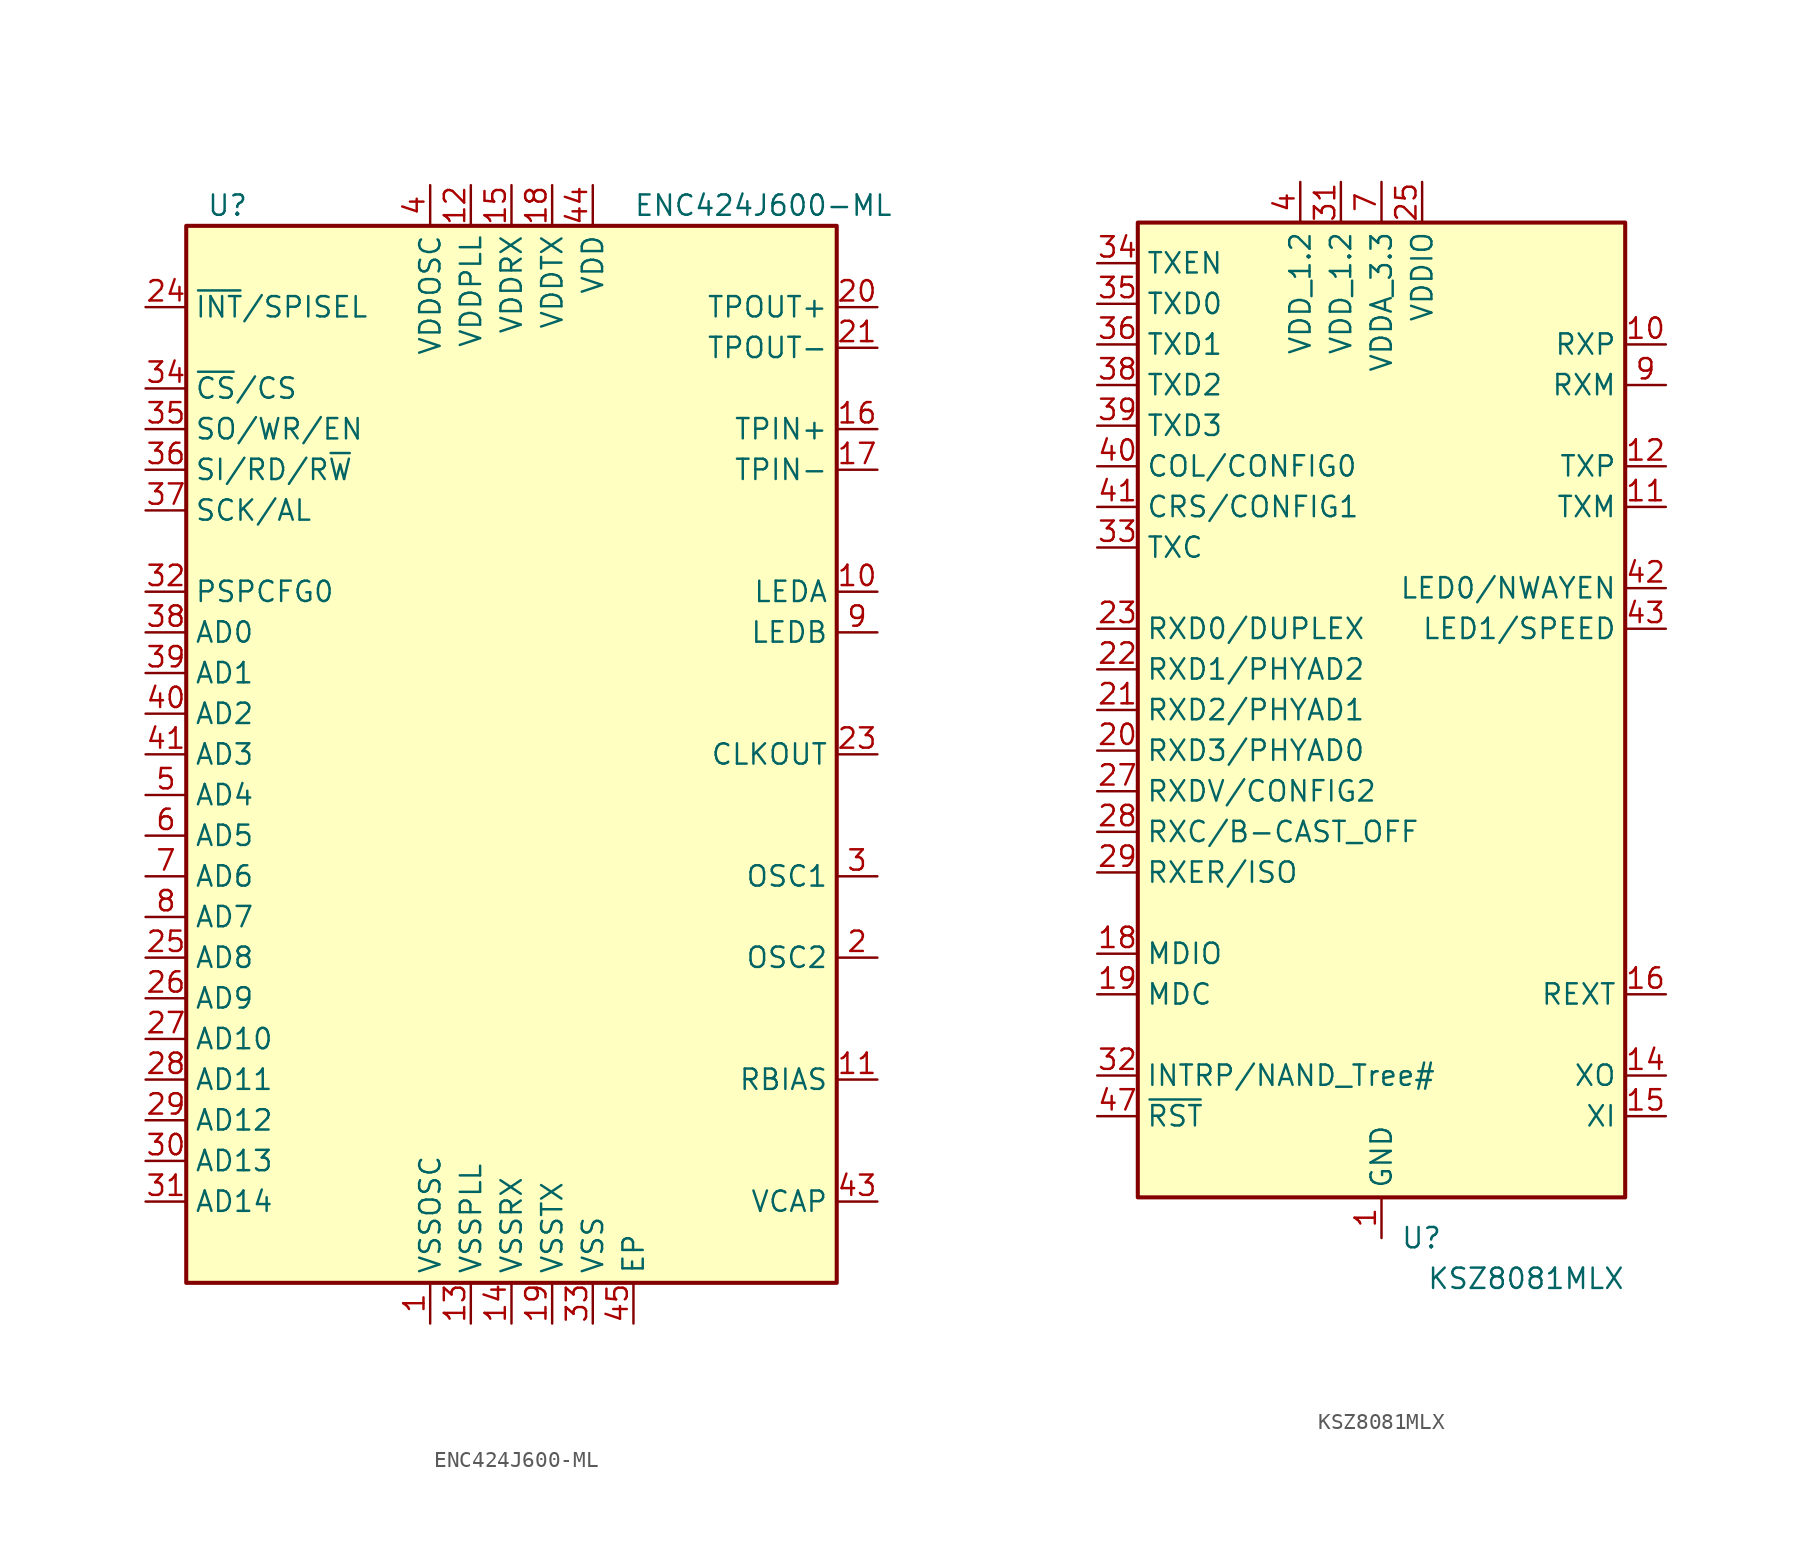
<source format=kicad_sym>
(kicad_symbol_lib
  (version 20220914)
  (generator kicad_symbol_editor)
  (symbol "ENC424J600-ML"
    (property "Reference" "U"
      (at -19.05 34.29 0)
      (effects (font (size 1.27 1.27)) (justify left)))
    (property "Value" "ENC424J600-ML"
      (at 7.62 34.29 0)
      (effects (font (size 1.27 1.27)) (justify left)))
    (symbol "ENC424J600-ML_0_1"
      (rectangle (start -20.32 33.02) (end 20.32 -33.02) (stroke (width 0.254) (type default)) (fill (type background))))
    (symbol "ENC424J600-ML_1_1"
      (pin power_in line (at -5.08 -35.56 90) (length 2.54) (name "VSSOSC" (effects (font (size 1.27 1.27)))) (number "1" (effects (font (size 1.27 1.27)))))
      (pin output line (at 22.86 10.16 180) (length 2.54) (name "LEDA" (effects (font (size 1.27 1.27)))) (number "10" (effects (font (size 1.27 1.27)))))
      (pin input line (at 22.86 -20.32 180) (length 2.54) (name "RBIAS" (effects (font (size 1.27 1.27)))) (number "11" (effects (font (size 1.27 1.27)))))
      (pin power_in line (at -2.54 35.56 270) (length 2.54) (name "VDDPLL" (effects (font (size 1.27 1.27)))) (number "12" (effects (font (size 1.27 1.27)))))
      (pin power_in line (at -2.54 -35.56 90) (length 2.54) (name "VSSPLL" (effects (font (size 1.27 1.27)))) (number "13" (effects (font (size 1.27 1.27)))))
      (pin power_in line (at 0 -35.56 90) (length 2.54) (name "VSSRX" (effects (font (size 1.27 1.27)))) (number "14" (effects (font (size 1.27 1.27)))))
      (pin power_in line (at 0 35.56 270) (length 2.54) (name "VDDRX" (effects (font (size 1.27 1.27)))) (number "15" (effects (font (size 1.27 1.27)))))
      (pin input line (at 22.86 20.32 180) (length 2.54) (name "TPIN+" (effects (font (size 1.27 1.27)))) (number "16" (effects (font (size 1.27 1.27)))))
      (pin input line (at 22.86 17.78 180) (length 2.54) (name "TPIN-" (effects (font (size 1.27 1.27)))) (number "17" (effects (font (size 1.27 1.27)))))
      (pin power_in line (at 2.54 35.56 270) (length 2.54) (name "VDDTX" (effects (font (size 1.27 1.27)))) (number "18" (effects (font (size 1.27 1.27)))))
      (pin power_in line (at 2.54 -35.56 90) (length 2.54) (name "VSSTX" (effects (font (size 1.27 1.27)))) (number "19" (effects (font (size 1.27 1.27)))))
      (pin output line (at 22.86 -12.7 180) (length 2.54) (name "OSC2" (effects (font (size 1.27 1.27)))) (number "2" (effects (font (size 1.27 1.27)))))
      (pin output line (at 22.86 27.94 180) (length 2.54) (name "TPOUT+" (effects (font (size 1.27 1.27)))) (number "20" (effects (font (size 1.27 1.27)))))
      (pin output line (at 22.86 25.4 180) (length 2.54) (name "TPOUT-" (effects (font (size 1.27 1.27)))) (number "21" (effects (font (size 1.27 1.27)))))
      (pin passive line (at 2.54 -35.56 90) (length 2.54) hide (name "VSSTX" (effects (font (size 1.27 1.27)))) (number "22" (effects (font (size 1.27 1.27)))))
      (pin output line (at 22.86 0 180) (length 2.54) (name "CLKOUT" (effects (font (size 1.27 1.27)))) (number "23" (effects (font (size 1.27 1.27)))))
      (pin bidirectional line (at -22.86 27.94 0) (length 2.54) (name "~{INT}/SPISEL" (effects (font (size 1.27 1.27)))) (number "24" (effects (font (size 1.27 1.27)))))
      (pin bidirectional line (at -22.86 -12.7 0) (length 2.54) (name "AD8" (effects (font (size 1.27 1.27)))) (number "25" (effects (font (size 1.27 1.27)))))
      (pin bidirectional line (at -22.86 -15.24 0) (length 2.54) (name "AD9" (effects (font (size 1.27 1.27)))) (number "26" (effects (font (size 1.27 1.27)))))
      (pin bidirectional line (at -22.86 -17.78 0) (length 2.54) (name "AD10" (effects (font (size 1.27 1.27)))) (number "27" (effects (font (size 1.27 1.27)))))
      (pin bidirectional line (at -22.86 -20.32 0) (length 2.54) (name "AD11" (effects (font (size 1.27 1.27)))) (number "28" (effects (font (size 1.27 1.27)))))
      (pin bidirectional line (at -22.86 -22.86 0) (length 2.54) (name "AD12" (effects (font (size 1.27 1.27)))) (number "29" (effects (font (size 1.27 1.27)))))
      (pin input line (at 22.86 -7.62 180) (length 2.54) (name "OSC1" (effects (font (size 1.27 1.27)))) (number "3" (effects (font (size 1.27 1.27)))))
      (pin bidirectional line (at -22.86 -25.4 0) (length 2.54) (name "AD13" (effects (font (size 1.27 1.27)))) (number "30" (effects (font (size 1.27 1.27)))))
      (pin bidirectional line (at -22.86 -27.94 0) (length 2.54) (name "AD14" (effects (font (size 1.27 1.27)))) (number "31" (effects (font (size 1.27 1.27)))))
      (pin input line (at -22.86 10.16 0) (length 2.54) (name "PSPCFG0" (effects (font (size 1.27 1.27)))) (number "32" (effects (font (size 1.27 1.27)))))
      (pin power_in line (at 5.08 -35.56 90) (length 2.54) (name "VSS" (effects (font (size 1.27 1.27)))) (number "33" (effects (font (size 1.27 1.27)))))
      (pin input line (at -22.86 22.86 0) (length 2.54) (name "~{CS}/CS" (effects (font (size 1.27 1.27)))) (number "34" (effects (font (size 1.27 1.27)))))
      (pin bidirectional line (at -22.86 20.32 0) (length 2.54) (name "SO/WR/EN" (effects (font (size 1.27 1.27)))) (number "35" (effects (font (size 1.27 1.27)))))
      (pin input line (at -22.86 17.78 0) (length 2.54) (name "SI/RD/R~{W}" (effects (font (size 1.27 1.27)))) (number "36" (effects (font (size 1.27 1.27)))))
      (pin input line (at -22.86 15.24 0) (length 2.54) (name "SCK/AL" (effects (font (size 1.27 1.27)))) (number "37" (effects (font (size 1.27 1.27)))))
      (pin bidirectional line (at -22.86 7.62 0) (length 2.54) (name "AD0" (effects (font (size 1.27 1.27)))) (number "38" (effects (font (size 1.27 1.27)))))
      (pin input line (at -22.86 5.08 0) (length 2.54) (name "AD1" (effects (font (size 1.27 1.27)))) (number "39" (effects (font (size 1.27 1.27)))))
      (pin power_in line (at -5.08 35.56 270) (length 2.54) (name "VDDOSC" (effects (font (size 1.27 1.27)))) (number "4" (effects (font (size 1.27 1.27)))))
      (pin bidirectional line (at -22.86 2.54 0) (length 2.54) (name "AD2" (effects (font (size 1.27 1.27)))) (number "40" (effects (font (size 1.27 1.27)))))
      (pin bidirectional line (at -22.86 0 0) (length 2.54) (name "AD3" (effects (font (size 1.27 1.27)))) (number "41" (effects (font (size 1.27 1.27)))))
      (pin passive line (at 5.08 -35.56 90) (length 2.54) hide (name "VSS" (effects (font (size 1.27 1.27)))) (number "42" (effects (font (size 1.27 1.27)))))
      (pin input line (at 22.86 -27.94 180) (length 2.54) (name "VCAP" (effects (font (size 1.27 1.27)))) (number "43" (effects (font (size 1.27 1.27)))))
      (pin power_in line (at 5.08 35.56 270) (length 2.54) (name "VDD" (effects (font (size 1.27 1.27)))) (number "44" (effects (font (size 1.27 1.27)))))
      (pin power_in line (at 7.62 -35.56 90) (length 2.54) (name "EP" (effects (font (size 1.27 1.27)))) (number "45" (effects (font (size 1.27 1.27)))))
      (pin bidirectional line (at -22.86 -2.54 0) (length 2.54) (name "AD4" (effects (font (size 1.27 1.27)))) (number "5" (effects (font (size 1.27 1.27)))))
      (pin bidirectional line (at -22.86 -5.08 0) (length 2.54) (name "AD5" (effects (font (size 1.27 1.27)))) (number "6" (effects (font (size 1.27 1.27)))))
      (pin bidirectional line (at -22.86 -7.62 0) (length 2.54) (name "AD6" (effects (font (size 1.27 1.27)))) (number "7" (effects (font (size 1.27 1.27)))))
      (pin bidirectional line (at -22.86 -10.16 0) (length 2.54) (name "AD7" (effects (font (size 1.27 1.27)))) (number "8" (effects (font (size 1.27 1.27)))))
      (pin output line (at 22.86 7.62 180) (length 2.54) (name "LEDB" (effects (font (size 1.27 1.27)))) (number "9" (effects (font (size 1.27 1.27)))))))
  (symbol "KSZ8081MLX"
    (property "Reference" "U"
      (at 3.81 -33.02 0)
      (effects (font (size 1.27 1.27)) (justify right)))
    (property "Value" "KSZ8081MLX"
      (at 15.24 -35.56 0)
      (effects (font (size 1.27 1.27)) (justify right)))
    (symbol "KSZ8081MLX_1_1"
      (rectangle (start -15.24 30.48) (end 15.24 -30.48) (stroke (width 0.254) (type default)) (fill (type background)))
      (pin power_in line (at 0 -33.02 90) (length 2.54) (name "GND" (effects (font (size 1.27 1.27)))) (number "1" (effects (font (size 1.27 1.27)))))
      (pin passive line (at 17.78 22.86 180) (length 2.54) (name "RXP" (effects (font (size 1.27 1.27)))) (number "10" (effects (font (size 1.27 1.27)))))
      (pin passive line (at 17.78 12.7 180) (length 2.54) (name "TXM" (effects (font (size 1.27 1.27)))) (number "11" (effects (font (size 1.27 1.27)))))
      (pin passive line (at 17.78 15.24 180) (length 2.54) (name "TXP" (effects (font (size 1.27 1.27)))) (number "12" (effects (font (size 1.27 1.27)))))
      (pin passive line (at 0 -33.02 90) (length 2.54) hide (name "GND" (effects (font (size 1.27 1.27)))) (number "13" (effects (font (size 1.27 1.27)))))
      (pin output line (at 17.78 -22.86 180) (length 2.54) (name "XO" (effects (font (size 1.27 1.27)))) (number "14" (effects (font (size 1.27 1.27)))))
      (pin input line (at 17.78 -25.4 180) (length 2.54) (name "XI" (effects (font (size 1.27 1.27)))) (number "15" (effects (font (size 1.27 1.27)))))
      (pin passive line (at 17.78 -17.78 180) (length 2.54) (name "REXT" (effects (font (size 1.27 1.27)))) (number "16" (effects (font (size 1.27 1.27)))))
      (pin passive line (at 0 -33.02 90) (length 2.54) hide (name "GND" (effects (font (size 1.27 1.27)))) (number "17" (effects (font (size 1.27 1.27)))))
      (pin bidirectional line (at -17.78 -15.24 0) (length 2.54) (name "MDIO" (effects (font (size 1.27 1.27)))) (number "18" (effects (font (size 1.27 1.27)))))
      (pin input line (at -17.78 -17.78 0) (length 2.54) (name "MDC" (effects (font (size 1.27 1.27)))) (number "19" (effects (font (size 1.27 1.27)))))
      (pin passive line (at 0 -33.02 90) (length 2.54) hide (name "GND" (effects (font (size 1.27 1.27)))) (number "2" (effects (font (size 1.27 1.27)))))
      (pin output line (at -17.78 -2.54 0) (length 2.54) (name "RXD3/PHYAD0" (effects (font (size 1.27 1.27)))) (number "20" (effects (font (size 1.27 1.27)))))
      (pin output line (at -17.78 0 0) (length 2.54) (name "RXD2/PHYAD1" (effects (font (size 1.27 1.27)))) (number "21" (effects (font (size 1.27 1.27)))))
      (pin output line (at -17.78 2.54 0) (length 2.54) (name "RXD1/PHYAD2" (effects (font (size 1.27 1.27)))) (number "22" (effects (font (size 1.27 1.27)))))
      (pin output line (at -17.78 5.08 0) (length 2.54) (name "RXD0/DUPLEX" (effects (font (size 1.27 1.27)))) (number "23" (effects (font (size 1.27 1.27)))))
      (pin passive line (at 0 -33.02 90) (length 2.54) hide (name "GND" (effects (font (size 1.27 1.27)))) (number "24" (effects (font (size 1.27 1.27)))))
      (pin power_in line (at 2.54 33.02 270) (length 2.54) (name "VDDIO" (effects (font (size 1.27 1.27)))) (number "25" (effects (font (size 1.27 1.27)))))
      (pin no_connect line (at 15.24 -7.62 180) (length 2.54) hide (name "NC" (effects (font (size 1.27 1.27)))) (number "26" (effects (font (size 1.27 1.27)))))
      (pin bidirectional line (at -17.78 -5.08 0) (length 2.54) (name "RXDV/CONFIG2" (effects (font (size 1.27 1.27)))) (number "27" (effects (font (size 1.27 1.27)))))
      (pin bidirectional line (at -17.78 -7.62 0) (length 2.54) (name "RXC/B-CAST_OFF" (effects (font (size 1.27 1.27)))) (number "28" (effects (font (size 1.27 1.27)))))
      (pin output line (at -17.78 -10.16 0) (length 2.54) (name "RXER/ISO" (effects (font (size 1.27 1.27)))) (number "29" (effects (font (size 1.27 1.27)))))
      (pin passive line (at 0 -33.02 90) (length 2.54) hide (name "GND" (effects (font (size 1.27 1.27)))) (number "3" (effects (font (size 1.27 1.27)))))
      (pin passive line (at 0 -33.02 90) (length 2.54) hide (name "GND" (effects (font (size 1.27 1.27)))) (number "30" (effects (font (size 1.27 1.27)))))
      (pin power_in line (at -2.54 33.02 270) (length 2.54) (name "VDD_1.2" (effects (font (size 1.27 1.27)))) (number "31" (effects (font (size 1.27 1.27)))))
      (pin bidirectional line (at -17.78 -22.86 0) (length 2.54) (name "INTRP/NAND_Tree#" (effects (font (size 1.27 1.27)))) (number "32" (effects (font (size 1.27 1.27)))))
      (pin bidirectional line (at -17.78 10.16 0) (length 2.54) (name "TXC" (effects (font (size 1.27 1.27)))) (number "33" (effects (font (size 1.27 1.27)))))
      (pin input line (at -17.78 27.94 0) (length 2.54) (name "TXEN" (effects (font (size 1.27 1.27)))) (number "34" (effects (font (size 1.27 1.27)))))
      (pin input line (at -17.78 25.4 0) (length 2.54) (name "TXD0" (effects (font (size 1.27 1.27)))) (number "35" (effects (font (size 1.27 1.27)))))
      (pin input line (at -17.78 22.86 0) (length 2.54) (name "TXD1" (effects (font (size 1.27 1.27)))) (number "36" (effects (font (size 1.27 1.27)))))
      (pin passive line (at 0 -33.02 90) (length 2.54) hide (name "GND" (effects (font (size 1.27 1.27)))) (number "37" (effects (font (size 1.27 1.27)))))
      (pin input line (at -17.78 20.32 0) (length 2.54) (name "TXD2" (effects (font (size 1.27 1.27)))) (number "38" (effects (font (size 1.27 1.27)))))
      (pin input line (at -17.78 17.78 0) (length 2.54) (name "TXD3" (effects (font (size 1.27 1.27)))) (number "39" (effects (font (size 1.27 1.27)))))
      (pin power_out line (at -5.08 33.02 270) (length 2.54) (name "VDD_1.2" (effects (font (size 1.27 1.27)))) (number "4" (effects (font (size 1.27 1.27)))))
      (pin bidirectional line (at -17.78 15.24 0) (length 2.54) (name "COL/CONFIG0" (effects (font (size 1.27 1.27)))) (number "40" (effects (font (size 1.27 1.27)))))
      (pin bidirectional line (at -17.78 12.7 0) (length 2.54) (name "CRS/CONFIG1" (effects (font (size 1.27 1.27)))) (number "41" (effects (font (size 1.27 1.27)))))
      (pin bidirectional line (at 17.78 7.62 180) (length 2.54) (name "LED0/NWAYEN" (effects (font (size 1.27 1.27)))) (number "42" (effects (font (size 1.27 1.27)))))
      (pin output line (at 17.78 5.08 180) (length 2.54) (name "LED1/SPEED" (effects (font (size 1.27 1.27)))) (number "43" (effects (font (size 1.27 1.27)))))
      (pin no_connect line (at 15.24 -15.24 180) (length 2.54) hide (name "TEST/NC" (effects (font (size 1.27 1.27)))) (number "44" (effects (font (size 1.27 1.27)))))
      (pin no_connect line (at 15.24 -10.16 180) (length 2.54) hide (name "NC" (effects (font (size 1.27 1.27)))) (number "45" (effects (font (size 1.27 1.27)))))
      (pin no_connect line (at 15.24 -12.7 180) (length 2.54) hide (name "NC" (effects (font (size 1.27 1.27)))) (number "46" (effects (font (size 1.27 1.27)))))
      (pin input line (at -17.78 -25.4 0) (length 2.54) (name "~{RST}" (effects (font (size 1.27 1.27)))) (number "47" (effects (font (size 1.27 1.27)))))
      (pin no_connect line (at 15.24 0 180) (length 2.54) hide (name "NC" (effects (font (size 1.27 1.27)))) (number "5" (effects (font (size 1.27 1.27)))))
      (pin no_connect line (at 15.24 -2.54 180) (length 2.54) hide (name "NC" (effects (font (size 1.27 1.27)))) (number "6" (effects (font (size 1.27 1.27)))))
      (pin power_in line (at 0 33.02 270) (length 2.54) (name "VDDA_3.3" (effects (font (size 1.27 1.27)))) (number "7" (effects (font (size 1.27 1.27)))))
      (pin no_connect line (at 15.24 -5.08 180) (length 2.54) hide (name "NC" (effects (font (size 1.27 1.27)))) (number "8" (effects (font (size 1.27 1.27)))))
      (pin passive line (at 17.78 20.32 180) (length 2.54) (name "RXM" (effects (font (size 1.27 1.27)))) (number "9" (effects (font (size 1.27 1.27))))))))
</source>
